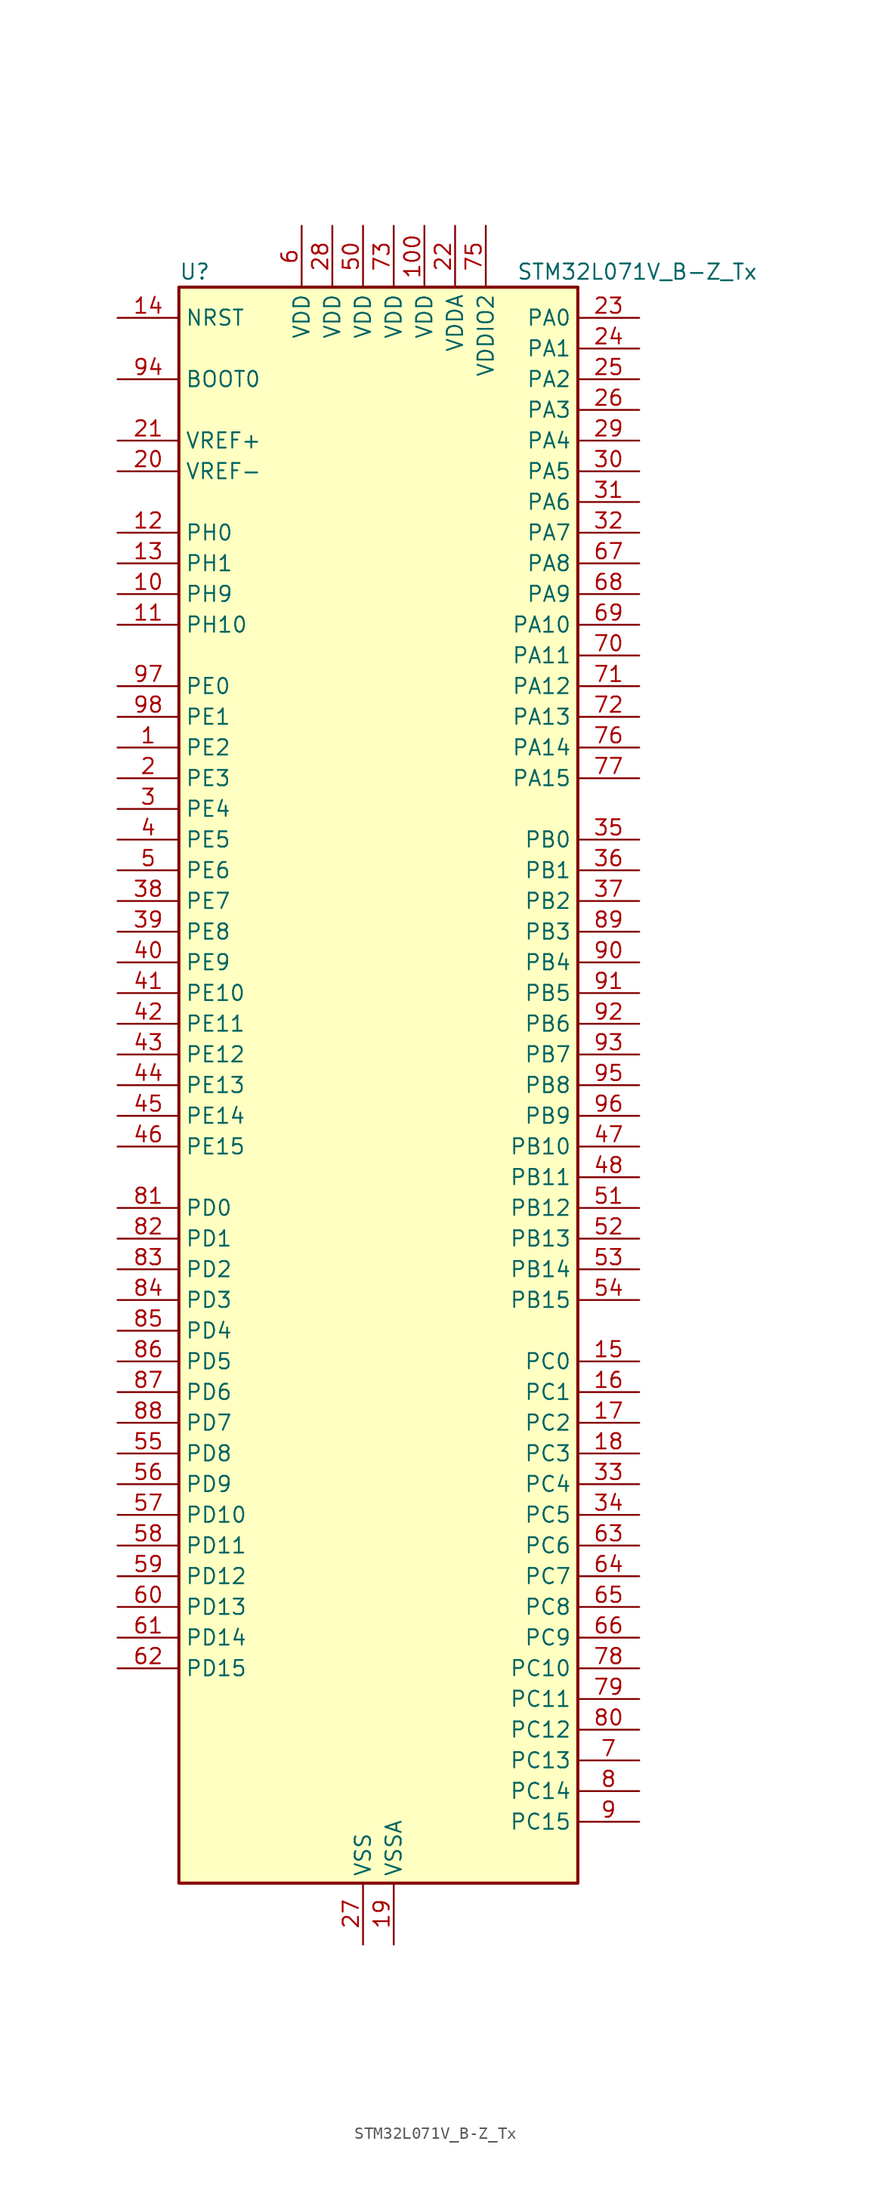
<source format=kicad_sym>
(kicad_symbol_lib
  (version 20220914)
  (generator kicad_symbol_editor)
  (symbol "STM32L071V_B-Z_Tx"
    (property "Reference" "U"
      (at -15.24 67.31 0)
      (effects (font (size 1.27 1.27)) (justify left)))
    (property "Value" "STM32L071V_B-Z_Tx"
      (at 12.7 67.31 0)
      (effects (font (size 1.27 1.27)) (justify left)))
    (property "ki_locked" ""
      (at 0 0 0)
      (effects (font (size 1.27 1.27))))
    (symbol "STM32L071V_B-Z_Tx_0_1"
      (rectangle (start -15.24 -66.04) (end 17.78 66.04) (stroke (width 0.254) (type default)) (fill (type background))))
    (symbol "STM32L071V_B-Z_Tx_1_1"
      (pin bidirectional line (at -20.32 27.94 0) (length 5.08) (name "PE2" (effects (font (size 1.27 1.27)))) (number "1" (effects (font (size 1.27 1.27)))) (alternate "TIM3_ETR" bidirectional line))
      (pin bidirectional line (at -20.32 40.64 0) (length 5.08) (name "PH9" (effects (font (size 1.27 1.27)))) (number "10" (effects (font (size 1.27 1.27)))))
      (pin power_in line (at 5.08 71.12 270) (length 5.08) (name "VDD" (effects (font (size 1.27 1.27)))) (number "100" (effects (font (size 1.27 1.27)))))
      (pin bidirectional line (at -20.32 38.1 0) (length 5.08) (name "PH10" (effects (font (size 1.27 1.27)))) (number "11" (effects (font (size 1.27 1.27)))))
      (pin bidirectional line (at -20.32 45.72 0) (length 5.08) (name "PH0" (effects (font (size 1.27 1.27)))) (number "12" (effects (font (size 1.27 1.27)))) (alternate "RCC_OSC_IN" bidirectional line))
      (pin bidirectional line (at -20.32 43.18 0) (length 5.08) (name "PH1" (effects (font (size 1.27 1.27)))) (number "13" (effects (font (size 1.27 1.27)))) (alternate "RCC_OSC_OUT" bidirectional line))
      (pin input line (at -20.32 63.5 0) (length 5.08) (name "NRST" (effects (font (size 1.27 1.27)))) (number "14" (effects (font (size 1.27 1.27)))))
      (pin bidirectional line (at 22.86 -22.86 180) (length 5.08) (name "PC0" (effects (font (size 1.27 1.27)))) (number "15" (effects (font (size 1.27 1.27)))) (alternate "ADC_IN10" bidirectional line) (alternate "I2C3_SCL" bidirectional line) (alternate "LPTIM1_IN1" bidirectional line) (alternate "LPUART1_RX" bidirectional line))
      (pin bidirectional line (at 22.86 -25.4 180) (length 5.08) (name "PC1" (effects (font (size 1.27 1.27)))) (number "16" (effects (font (size 1.27 1.27)))) (alternate "ADC_IN11" bidirectional line) (alternate "I2C3_SDA" bidirectional line) (alternate "LPTIM1_OUT" bidirectional line) (alternate "LPUART1_TX" bidirectional line))
      (pin bidirectional line (at 22.86 -27.94 180) (length 5.08) (name "PC2" (effects (font (size 1.27 1.27)))) (number "17" (effects (font (size 1.27 1.27)))) (alternate "ADC_IN12" bidirectional line) (alternate "I2S2_MCK" bidirectional line) (alternate "LPTIM1_IN2" bidirectional line) (alternate "SPI2_MISO" bidirectional line))
      (pin bidirectional line (at 22.86 -30.48 180) (length 5.08) (name "PC3" (effects (font (size 1.27 1.27)))) (number "18" (effects (font (size 1.27 1.27)))) (alternate "ADC_IN13" bidirectional line) (alternate "I2S2_SD" bidirectional line) (alternate "LPTIM1_ETR" bidirectional line) (alternate "SPI2_MOSI" bidirectional line))
      (pin power_in line (at 2.54 -71.12 90) (length 5.08) (name "VSSA" (effects (font (size 1.27 1.27)))) (number "19" (effects (font (size 1.27 1.27)))))
      (pin bidirectional line (at -20.32 25.4 0) (length 5.08) (name "PE3" (effects (font (size 1.27 1.27)))) (number "2" (effects (font (size 1.27 1.27)))) (alternate "TIM22_CH1" bidirectional line) (alternate "TIM3_CH1" bidirectional line))
      (pin input line (at -20.32 50.8 0) (length 5.08) (name "VREF-" (effects (font (size 1.27 1.27)))) (number "20" (effects (font (size 1.27 1.27)))))
      (pin input line (at -20.32 53.34 0) (length 5.08) (name "VREF+" (effects (font (size 1.27 1.27)))) (number "21" (effects (font (size 1.27 1.27)))))
      (pin power_in line (at 7.62 71.12 270) (length 5.08) (name "VDDA" (effects (font (size 1.27 1.27)))) (number "22" (effects (font (size 1.27 1.27)))))
      (pin bidirectional line (at 22.86 63.5 180) (length 5.08) (name "PA0" (effects (font (size 1.27 1.27)))) (number "23" (effects (font (size 1.27 1.27)))) (alternate "ADC_IN0" bidirectional line) (alternate "COMP1_INM" bidirectional line) (alternate "COMP1_OUT" bidirectional line) (alternate "RTC_TAMP2" bidirectional line) (alternate "SYS_WKUP1" bidirectional line) (alternate "TIM2_CH1" bidirectional line) (alternate "TIM2_ETR" bidirectional line) (alternate "USART2_CTS" bidirectional line) (alternate "USART4_TX" bidirectional line))
      (pin bidirectional line (at 22.86 60.96 180) (length 5.08) (name "PA1" (effects (font (size 1.27 1.27)))) (number "24" (effects (font (size 1.27 1.27)))) (alternate "ADC_IN1" bidirectional line) (alternate "COMP1_INP" bidirectional line) (alternate "TIM21_ETR" bidirectional line) (alternate "TIM2_CH2" bidirectional line) (alternate "USART2_DE" bidirectional line) (alternate "USART2_RTS" bidirectional line) (alternate "USART4_RX" bidirectional line))
      (pin bidirectional line (at 22.86 58.42 180) (length 5.08) (name "PA2" (effects (font (size 1.27 1.27)))) (number "25" (effects (font (size 1.27 1.27)))) (alternate "ADC_IN2" bidirectional line) (alternate "COMP2_INM" bidirectional line) (alternate "COMP2_OUT" bidirectional line) (alternate "LPUART1_TX" bidirectional line) (alternate "TIM21_CH1" bidirectional line) (alternate "TIM2_CH3" bidirectional line) (alternate "USART2_TX" bidirectional line))
      (pin bidirectional line (at 22.86 55.88 180) (length 5.08) (name "PA3" (effects (font (size 1.27 1.27)))) (number "26" (effects (font (size 1.27 1.27)))) (alternate "ADC_IN3" bidirectional line) (alternate "COMP2_INP" bidirectional line) (alternate "LPUART1_RX" bidirectional line) (alternate "TIM21_CH2" bidirectional line) (alternate "TIM2_CH4" bidirectional line) (alternate "USART2_RX" bidirectional line))
      (pin power_in line (at 0 -71.12 90) (length 5.08) (name "VSS" (effects (font (size 1.27 1.27)))) (number "27" (effects (font (size 1.27 1.27)))))
      (pin power_in line (at -2.54 71.12 270) (length 5.08) (name "VDD" (effects (font (size 1.27 1.27)))) (number "28" (effects (font (size 1.27 1.27)))))
      (pin bidirectional line (at 22.86 53.34 180) (length 5.08) (name "PA4" (effects (font (size 1.27 1.27)))) (number "29" (effects (font (size 1.27 1.27)))) (alternate "ADC_IN4" bidirectional line) (alternate "COMP1_INM" bidirectional line) (alternate "COMP2_INM" bidirectional line) (alternate "SPI1_NSS" bidirectional line) (alternate "TIM22_ETR" bidirectional line) (alternate "USART2_CK" bidirectional line))
      (pin bidirectional line (at -20.32 22.86 0) (length 5.08) (name "PE4" (effects (font (size 1.27 1.27)))) (number "3" (effects (font (size 1.27 1.27)))) (alternate "TIM22_CH2" bidirectional line) (alternate "TIM3_CH2" bidirectional line))
      (pin bidirectional line (at 22.86 50.8 180) (length 5.08) (name "PA5" (effects (font (size 1.27 1.27)))) (number "30" (effects (font (size 1.27 1.27)))) (alternate "ADC_IN5" bidirectional line) (alternate "COMP1_INM" bidirectional line) (alternate "COMP2_INM" bidirectional line) (alternate "SPI1_SCK" bidirectional line) (alternate "TIM2_CH1" bidirectional line) (alternate "TIM2_ETR" bidirectional line))
      (pin bidirectional line (at 22.86 48.26 180) (length 5.08) (name "PA6" (effects (font (size 1.27 1.27)))) (number "31" (effects (font (size 1.27 1.27)))) (alternate "ADC_IN6" bidirectional line) (alternate "COMP1_OUT" bidirectional line) (alternate "LPUART1_CTS" bidirectional line) (alternate "SPI1_MISO" bidirectional line) (alternate "TIM22_CH1" bidirectional line) (alternate "TIM3_CH1" bidirectional line))
      (pin bidirectional line (at 22.86 45.72 180) (length 5.08) (name "PA7" (effects (font (size 1.27 1.27)))) (number "32" (effects (font (size 1.27 1.27)))) (alternate "ADC_IN7" bidirectional line) (alternate "COMP2_OUT" bidirectional line) (alternate "SPI1_MOSI" bidirectional line) (alternate "TIM22_CH2" bidirectional line) (alternate "TIM3_CH2" bidirectional line))
      (pin bidirectional line (at 22.86 -33.02 180) (length 5.08) (name "PC4" (effects (font (size 1.27 1.27)))) (number "33" (effects (font (size 1.27 1.27)))) (alternate "ADC_IN14" bidirectional line) (alternate "LPUART1_TX" bidirectional line))
      (pin bidirectional line (at 22.86 -35.56 180) (length 5.08) (name "PC5" (effects (font (size 1.27 1.27)))) (number "34" (effects (font (size 1.27 1.27)))) (alternate "ADC_IN15" bidirectional line) (alternate "LPUART1_RX" bidirectional line))
      (pin bidirectional line (at 22.86 20.32 180) (length 5.08) (name "PB0" (effects (font (size 1.27 1.27)))) (number "35" (effects (font (size 1.27 1.27)))) (alternate "ADC_IN8" bidirectional line) (alternate "SYS_VREF_OUT_PB0" bidirectional line) (alternate "TIM3_CH3" bidirectional line))
      (pin bidirectional line (at 22.86 17.78 180) (length 5.08) (name "PB1" (effects (font (size 1.27 1.27)))) (number "36" (effects (font (size 1.27 1.27)))) (alternate "ADC_IN9" bidirectional line) (alternate "LPUART1_DE" bidirectional line) (alternate "LPUART1_RTS" bidirectional line) (alternate "SYS_VREF_OUT_PB1" bidirectional line) (alternate "TIM3_CH4" bidirectional line))
      (pin bidirectional line (at 22.86 15.24 180) (length 5.08) (name "PB2" (effects (font (size 1.27 1.27)))) (number "37" (effects (font (size 1.27 1.27)))) (alternate "I2C3_SMBA" bidirectional line) (alternate "LPTIM1_OUT" bidirectional line))
      (pin bidirectional line (at -20.32 15.24 0) (length 5.08) (name "PE7" (effects (font (size 1.27 1.27)))) (number "38" (effects (font (size 1.27 1.27)))) (alternate "USART5_CK" bidirectional line) (alternate "USART5_DE" bidirectional line) (alternate "USART5_RTS" bidirectional line))
      (pin bidirectional line (at -20.32 12.7 0) (length 5.08) (name "PE8" (effects (font (size 1.27 1.27)))) (number "39" (effects (font (size 1.27 1.27)))) (alternate "USART4_TX" bidirectional line))
      (pin bidirectional line (at -20.32 20.32 0) (length 5.08) (name "PE5" (effects (font (size 1.27 1.27)))) (number "4" (effects (font (size 1.27 1.27)))) (alternate "TIM21_CH1" bidirectional line) (alternate "TIM3_CH3" bidirectional line))
      (pin bidirectional line (at -20.32 10.16 0) (length 5.08) (name "PE9" (effects (font (size 1.27 1.27)))) (number "40" (effects (font (size 1.27 1.27)))) (alternate "TIM2_CH1" bidirectional line) (alternate "TIM2_ETR" bidirectional line) (alternate "USART4_RX" bidirectional line))
      (pin bidirectional line (at -20.32 7.62 0) (length 5.08) (name "PE10" (effects (font (size 1.27 1.27)))) (number "41" (effects (font (size 1.27 1.27)))) (alternate "TIM2_CH2" bidirectional line) (alternate "USART5_TX" bidirectional line))
      (pin bidirectional line (at -20.32 5.08 0) (length 5.08) (name "PE11" (effects (font (size 1.27 1.27)))) (number "42" (effects (font (size 1.27 1.27)))) (alternate "ADC_EXTI11" bidirectional line) (alternate "TIM2_CH3" bidirectional line) (alternate "USART5_RX" bidirectional line))
      (pin bidirectional line (at -20.32 2.54 0) (length 5.08) (name "PE12" (effects (font (size 1.27 1.27)))) (number "43" (effects (font (size 1.27 1.27)))) (alternate "SPI1_NSS" bidirectional line) (alternate "TIM2_CH4" bidirectional line))
      (pin bidirectional line (at -20.32 0 0) (length 5.08) (name "PE13" (effects (font (size 1.27 1.27)))) (number "44" (effects (font (size 1.27 1.27)))) (alternate "SPI1_SCK" bidirectional line))
      (pin bidirectional line (at -20.32 -2.54 0) (length 5.08) (name "PE14" (effects (font (size 1.27 1.27)))) (number "45" (effects (font (size 1.27 1.27)))) (alternate "SPI1_MISO" bidirectional line))
      (pin bidirectional line (at -20.32 -5.08 0) (length 5.08) (name "PE15" (effects (font (size 1.27 1.27)))) (number "46" (effects (font (size 1.27 1.27)))) (alternate "SPI1_MOSI" bidirectional line))
      (pin bidirectional line (at 22.86 -5.08 180) (length 5.08) (name "PB10" (effects (font (size 1.27 1.27)))) (number "47" (effects (font (size 1.27 1.27)))) (alternate "I2C2_SCL" bidirectional line) (alternate "LPUART1_RX" bidirectional line) (alternate "LPUART1_TX" bidirectional line) (alternate "SPI2_SCK" bidirectional line) (alternate "TIM2_CH3" bidirectional line))
      (pin bidirectional line (at 22.86 -7.62 180) (length 5.08) (name "PB11" (effects (font (size 1.27 1.27)))) (number "48" (effects (font (size 1.27 1.27)))) (alternate "ADC_EXTI11" bidirectional line) (alternate "I2C2_SDA" bidirectional line) (alternate "LPUART1_RX" bidirectional line) (alternate "LPUART1_TX" bidirectional line) (alternate "TIM2_CH4" bidirectional line))
      (pin passive line (at 0 -71.12 90) (length 5.08) hide (name "VSS" (effects (font (size 1.27 1.27)))) (number "49" (effects (font (size 1.27 1.27)))))
      (pin bidirectional line (at -20.32 17.78 0) (length 5.08) (name "PE6" (effects (font (size 1.27 1.27)))) (number "5" (effects (font (size 1.27 1.27)))) (alternate "RTC_TAMP3" bidirectional line) (alternate "SYS_WKUP3" bidirectional line) (alternate "TIM21_CH2" bidirectional line) (alternate "TIM3_CH4" bidirectional line))
      (pin power_in line (at 0 71.12 270) (length 5.08) (name "VDD" (effects (font (size 1.27 1.27)))) (number "50" (effects (font (size 1.27 1.27)))))
      (pin bidirectional line (at 22.86 -10.16 180) (length 5.08) (name "PB12" (effects (font (size 1.27 1.27)))) (number "51" (effects (font (size 1.27 1.27)))) (alternate "I2S2_WS" bidirectional line) (alternate "LPUART1_DE" bidirectional line) (alternate "LPUART1_RTS" bidirectional line) (alternate "SPI2_NSS" bidirectional line))
      (pin bidirectional line (at 22.86 -12.7 180) (length 5.08) (name "PB13" (effects (font (size 1.27 1.27)))) (number "52" (effects (font (size 1.27 1.27)))) (alternate "I2C2_SCL" bidirectional line) (alternate "I2S2_CK" bidirectional line) (alternate "LPUART1_CTS" bidirectional line) (alternate "RCC_MCO" bidirectional line) (alternate "SPI2_SCK" bidirectional line) (alternate "TIM21_CH1" bidirectional line))
      (pin bidirectional line (at 22.86 -15.24 180) (length 5.08) (name "PB14" (effects (font (size 1.27 1.27)))) (number "53" (effects (font (size 1.27 1.27)))) (alternate "I2C2_SDA" bidirectional line) (alternate "I2S2_MCK" bidirectional line) (alternate "LPUART1_DE" bidirectional line) (alternate "LPUART1_RTS" bidirectional line) (alternate "RTC_OUT_ALARM" bidirectional line) (alternate "RTC_OUT_CALIB" bidirectional line) (alternate "SPI2_MISO" bidirectional line) (alternate "TIM21_CH2" bidirectional line))
      (pin bidirectional line (at 22.86 -17.78 180) (length 5.08) (name "PB15" (effects (font (size 1.27 1.27)))) (number "54" (effects (font (size 1.27 1.27)))) (alternate "I2S2_SD" bidirectional line) (alternate "RTC_REFIN" bidirectional line) (alternate "SPI2_MOSI" bidirectional line))
      (pin bidirectional line (at -20.32 -30.48 0) (length 5.08) (name "PD8" (effects (font (size 1.27 1.27)))) (number "55" (effects (font (size 1.27 1.27)))) (alternate "LPUART1_TX" bidirectional line))
      (pin bidirectional line (at -20.32 -33.02 0) (length 5.08) (name "PD9" (effects (font (size 1.27 1.27)))) (number "56" (effects (font (size 1.27 1.27)))) (alternate "LPUART1_RX" bidirectional line))
      (pin bidirectional line (at -20.32 -35.56 0) (length 5.08) (name "PD10" (effects (font (size 1.27 1.27)))) (number "57" (effects (font (size 1.27 1.27)))))
      (pin bidirectional line (at -20.32 -38.1 0) (length 5.08) (name "PD11" (effects (font (size 1.27 1.27)))) (number "58" (effects (font (size 1.27 1.27)))) (alternate "ADC_EXTI11" bidirectional line) (alternate "LPUART1_CTS" bidirectional line))
      (pin bidirectional line (at -20.32 -40.64 0) (length 5.08) (name "PD12" (effects (font (size 1.27 1.27)))) (number "59" (effects (font (size 1.27 1.27)))) (alternate "LPUART1_DE" bidirectional line) (alternate "LPUART1_RTS" bidirectional line))
      (pin power_in line (at -5.08 71.12 270) (length 5.08) (name "VDD" (effects (font (size 1.27 1.27)))) (number "6" (effects (font (size 1.27 1.27)))))
      (pin bidirectional line (at -20.32 -43.18 0) (length 5.08) (name "PD13" (effects (font (size 1.27 1.27)))) (number "60" (effects (font (size 1.27 1.27)))))
      (pin bidirectional line (at -20.32 -45.72 0) (length 5.08) (name "PD14" (effects (font (size 1.27 1.27)))) (number "61" (effects (font (size 1.27 1.27)))))
      (pin bidirectional line (at -20.32 -48.26 0) (length 5.08) (name "PD15" (effects (font (size 1.27 1.27)))) (number "62" (effects (font (size 1.27 1.27)))))
      (pin bidirectional line (at 22.86 -38.1 180) (length 5.08) (name "PC6" (effects (font (size 1.27 1.27)))) (number "63" (effects (font (size 1.27 1.27)))) (alternate "TIM22_CH1" bidirectional line) (alternate "TIM3_CH1" bidirectional line))
      (pin bidirectional line (at 22.86 -40.64 180) (length 5.08) (name "PC7" (effects (font (size 1.27 1.27)))) (number "64" (effects (font (size 1.27 1.27)))) (alternate "TIM22_CH2" bidirectional line) (alternate "TIM3_CH2" bidirectional line))
      (pin bidirectional line (at 22.86 -43.18 180) (length 5.08) (name "PC8" (effects (font (size 1.27 1.27)))) (number "65" (effects (font (size 1.27 1.27)))) (alternate "TIM22_ETR" bidirectional line) (alternate "TIM3_CH3" bidirectional line))
      (pin bidirectional line (at 22.86 -45.72 180) (length 5.08) (name "PC9" (effects (font (size 1.27 1.27)))) (number "66" (effects (font (size 1.27 1.27)))) (alternate "I2C3_SDA" bidirectional line) (alternate "TIM21_ETR" bidirectional line) (alternate "TIM3_CH4" bidirectional line))
      (pin bidirectional line (at 22.86 43.18 180) (length 5.08) (name "PA8" (effects (font (size 1.27 1.27)))) (number "67" (effects (font (size 1.27 1.27)))) (alternate "I2C3_SCL" bidirectional line) (alternate "RCC_MCO" bidirectional line) (alternate "USART1_CK" bidirectional line))
      (pin bidirectional line (at 22.86 40.64 180) (length 5.08) (name "PA9" (effects (font (size 1.27 1.27)))) (number "68" (effects (font (size 1.27 1.27)))) (alternate "I2C1_SCL" bidirectional line) (alternate "I2C3_SMBA" bidirectional line) (alternate "RCC_MCO" bidirectional line) (alternate "USART1_TX" bidirectional line))
      (pin bidirectional line (at 22.86 38.1 180) (length 5.08) (name "PA10" (effects (font (size 1.27 1.27)))) (number "69" (effects (font (size 1.27 1.27)))) (alternate "I2C1_SDA" bidirectional line) (alternate "USART1_RX" bidirectional line))
      (pin bidirectional line (at 22.86 -55.88 180) (length 5.08) (name "PC13" (effects (font (size 1.27 1.27)))) (number "7" (effects (font (size 1.27 1.27)))) (alternate "RTC_OUT_ALARM" bidirectional line) (alternate "RTC_OUT_CALIB" bidirectional line) (alternate "RTC_TAMP1" bidirectional line) (alternate "RTC_TS" bidirectional line) (alternate "SYS_WKUP2" bidirectional line))
      (pin bidirectional line (at 22.86 35.56 180) (length 5.08) (name "PA11" (effects (font (size 1.27 1.27)))) (number "70" (effects (font (size 1.27 1.27)))) (alternate "ADC_EXTI11" bidirectional line) (alternate "COMP1_OUT" bidirectional line) (alternate "SPI1_MISO" bidirectional line) (alternate "USART1_CTS" bidirectional line))
      (pin bidirectional line (at 22.86 33.02 180) (length 5.08) (name "PA12" (effects (font (size 1.27 1.27)))) (number "71" (effects (font (size 1.27 1.27)))) (alternate "COMP2_OUT" bidirectional line) (alternate "SPI1_MOSI" bidirectional line) (alternate "USART1_DE" bidirectional line) (alternate "USART1_RTS" bidirectional line))
      (pin bidirectional line (at 22.86 30.48 180) (length 5.08) (name "PA13" (effects (font (size 1.27 1.27)))) (number "72" (effects (font (size 1.27 1.27)))) (alternate "LPUART1_RX" bidirectional line) (alternate "SYS_SWDIO" bidirectional line))
      (pin power_in line (at 2.54 71.12 270) (length 5.08) (name "VDD" (effects (font (size 1.27 1.27)))) (number "73" (effects (font (size 1.27 1.27)))))
      (pin passive line (at 0 -71.12 90) (length 5.08) hide (name "VSS" (effects (font (size 1.27 1.27)))) (number "74" (effects (font (size 1.27 1.27)))))
      (pin power_in line (at 10.16 71.12 270) (length 5.08) (name "VDDIO2" (effects (font (size 1.27 1.27)))) (number "75" (effects (font (size 1.27 1.27)))))
      (pin bidirectional line (at 22.86 27.94 180) (length 5.08) (name "PA14" (effects (font (size 1.27 1.27)))) (number "76" (effects (font (size 1.27 1.27)))) (alternate "LPUART1_TX" bidirectional line) (alternate "SYS_SWCLK" bidirectional line) (alternate "USART2_TX" bidirectional line))
      (pin bidirectional line (at 22.86 25.4 180) (length 5.08) (name "PA15" (effects (font (size 1.27 1.27)))) (number "77" (effects (font (size 1.27 1.27)))) (alternate "SPI1_NSS" bidirectional line) (alternate "TIM2_CH1" bidirectional line) (alternate "TIM2_ETR" bidirectional line) (alternate "USART2_RX" bidirectional line) (alternate "USART4_DE" bidirectional line) (alternate "USART4_RTS" bidirectional line))
      (pin bidirectional line (at 22.86 -48.26 180) (length 5.08) (name "PC10" (effects (font (size 1.27 1.27)))) (number "78" (effects (font (size 1.27 1.27)))) (alternate "LPUART1_TX" bidirectional line) (alternate "USART4_TX" bidirectional line))
      (pin bidirectional line (at 22.86 -50.8 180) (length 5.08) (name "PC11" (effects (font (size 1.27 1.27)))) (number "79" (effects (font (size 1.27 1.27)))) (alternate "ADC_EXTI11" bidirectional line) (alternate "LPUART1_RX" bidirectional line) (alternate "USART4_RX" bidirectional line))
      (pin bidirectional line (at 22.86 -58.42 180) (length 5.08) (name "PC14" (effects (font (size 1.27 1.27)))) (number "8" (effects (font (size 1.27 1.27)))) (alternate "RCC_OSC32_IN" bidirectional line))
      (pin bidirectional line (at 22.86 -53.34 180) (length 5.08) (name "PC12" (effects (font (size 1.27 1.27)))) (number "80" (effects (font (size 1.27 1.27)))) (alternate "USART4_CK" bidirectional line) (alternate "USART5_TX" bidirectional line))
      (pin bidirectional line (at -20.32 -10.16 0) (length 5.08) (name "PD0" (effects (font (size 1.27 1.27)))) (number "81" (effects (font (size 1.27 1.27)))) (alternate "I2S2_WS" bidirectional line) (alternate "SPI2_NSS" bidirectional line) (alternate "TIM21_CH1" bidirectional line))
      (pin bidirectional line (at -20.32 -12.7 0) (length 5.08) (name "PD1" (effects (font (size 1.27 1.27)))) (number "82" (effects (font (size 1.27 1.27)))) (alternate "I2S2_CK" bidirectional line) (alternate "SPI2_SCK" bidirectional line))
      (pin bidirectional line (at -20.32 -15.24 0) (length 5.08) (name "PD2" (effects (font (size 1.27 1.27)))) (number "83" (effects (font (size 1.27 1.27)))) (alternate "LPUART1_DE" bidirectional line) (alternate "LPUART1_RTS" bidirectional line) (alternate "TIM3_ETR" bidirectional line) (alternate "USART5_RX" bidirectional line))
      (pin bidirectional line (at -20.32 -17.78 0) (length 5.08) (name "PD3" (effects (font (size 1.27 1.27)))) (number "84" (effects (font (size 1.27 1.27)))) (alternate "I2S2_MCK" bidirectional line) (alternate "SPI2_MISO" bidirectional line) (alternate "USART2_CTS" bidirectional line))
      (pin bidirectional line (at -20.32 -20.32 0) (length 5.08) (name "PD4" (effects (font (size 1.27 1.27)))) (number "85" (effects (font (size 1.27 1.27)))) (alternate "I2S2_SD" bidirectional line) (alternate "SPI2_MOSI" bidirectional line) (alternate "USART2_DE" bidirectional line) (alternate "USART2_RTS" bidirectional line))
      (pin bidirectional line (at -20.32 -22.86 0) (length 5.08) (name "PD5" (effects (font (size 1.27 1.27)))) (number "86" (effects (font (size 1.27 1.27)))) (alternate "USART2_TX" bidirectional line))
      (pin bidirectional line (at -20.32 -25.4 0) (length 5.08) (name "PD6" (effects (font (size 1.27 1.27)))) (number "87" (effects (font (size 1.27 1.27)))) (alternate "USART2_RX" bidirectional line))
      (pin bidirectional line (at -20.32 -27.94 0) (length 5.08) (name "PD7" (effects (font (size 1.27 1.27)))) (number "88" (effects (font (size 1.27 1.27)))) (alternate "TIM21_CH2" bidirectional line) (alternate "USART2_CK" bidirectional line))
      (pin bidirectional line (at 22.86 12.7 180) (length 5.08) (name "PB3" (effects (font (size 1.27 1.27)))) (number "89" (effects (font (size 1.27 1.27)))) (alternate "COMP2_INM" bidirectional line) (alternate "SPI1_SCK" bidirectional line) (alternate "TIM2_CH2" bidirectional line) (alternate "USART1_DE" bidirectional line) (alternate "USART1_RTS" bidirectional line) (alternate "USART5_TX" bidirectional line))
      (pin bidirectional line (at 22.86 -60.96 180) (length 5.08) (name "PC15" (effects (font (size 1.27 1.27)))) (number "9" (effects (font (size 1.27 1.27)))) (alternate "RCC_OSC32_OUT" bidirectional line))
      (pin bidirectional line (at 22.86 10.16 180) (length 5.08) (name "PB4" (effects (font (size 1.27 1.27)))) (number "90" (effects (font (size 1.27 1.27)))) (alternate "COMP2_INP" bidirectional line) (alternate "I2C3_SDA" bidirectional line) (alternate "SPI1_MISO" bidirectional line) (alternate "TIM22_CH1" bidirectional line) (alternate "TIM3_CH1" bidirectional line) (alternate "USART1_CTS" bidirectional line) (alternate "USART5_RX" bidirectional line))
      (pin bidirectional line (at 22.86 7.62 180) (length 5.08) (name "PB5" (effects (font (size 1.27 1.27)))) (number "91" (effects (font (size 1.27 1.27)))) (alternate "COMP2_INP" bidirectional line) (alternate "I2C1_SMBA" bidirectional line) (alternate "LPTIM1_IN1" bidirectional line) (alternate "SPI1_MOSI" bidirectional line) (alternate "TIM22_CH2" bidirectional line) (alternate "TIM3_CH2" bidirectional line) (alternate "USART1_CK" bidirectional line) (alternate "USART5_CK" bidirectional line) (alternate "USART5_DE" bidirectional line) (alternate "USART5_RTS" bidirectional line))
      (pin bidirectional line (at 22.86 5.08 180) (length 5.08) (name "PB6" (effects (font (size 1.27 1.27)))) (number "92" (effects (font (size 1.27 1.27)))) (alternate "COMP2_INP" bidirectional line) (alternate "I2C1_SCL" bidirectional line) (alternate "LPTIM1_ETR" bidirectional line) (alternate "USART1_TX" bidirectional line))
      (pin bidirectional line (at 22.86 2.54 180) (length 5.08) (name "PB7" (effects (font (size 1.27 1.27)))) (number "93" (effects (font (size 1.27 1.27)))) (alternate "COMP2_INP" bidirectional line) (alternate "I2C1_SDA" bidirectional line) (alternate "LPTIM1_IN2" bidirectional line) (alternate "SYS_PVD_IN" bidirectional line) (alternate "USART1_RX" bidirectional line) (alternate "USART4_CTS" bidirectional line))
      (pin input line (at -20.32 58.42 0) (length 5.08) (name "BOOT0" (effects (font (size 1.27 1.27)))) (number "94" (effects (font (size 1.27 1.27)))))
      (pin bidirectional line (at 22.86 0 180) (length 5.08) (name "PB8" (effects (font (size 1.27 1.27)))) (number "95" (effects (font (size 1.27 1.27)))) (alternate "I2C1_SCL" bidirectional line))
      (pin bidirectional line (at 22.86 -2.54 180) (length 5.08) (name "PB9" (effects (font (size 1.27 1.27)))) (number "96" (effects (font (size 1.27 1.27)))) (alternate "I2C1_SDA" bidirectional line) (alternate "I2S2_WS" bidirectional line) (alternate "SPI2_NSS" bidirectional line))
      (pin bidirectional line (at -20.32 33.02 0) (length 5.08) (name "PE0" (effects (font (size 1.27 1.27)))) (number "97" (effects (font (size 1.27 1.27)))))
      (pin bidirectional line (at -20.32 30.48 0) (length 5.08) (name "PE1" (effects (font (size 1.27 1.27)))) (number "98" (effects (font (size 1.27 1.27)))))
      (pin passive line (at 0 -71.12 90) (length 5.08) hide (name "VSS" (effects (font (size 1.27 1.27)))) (number "99" (effects (font (size 1.27 1.27))))))))
</source>
